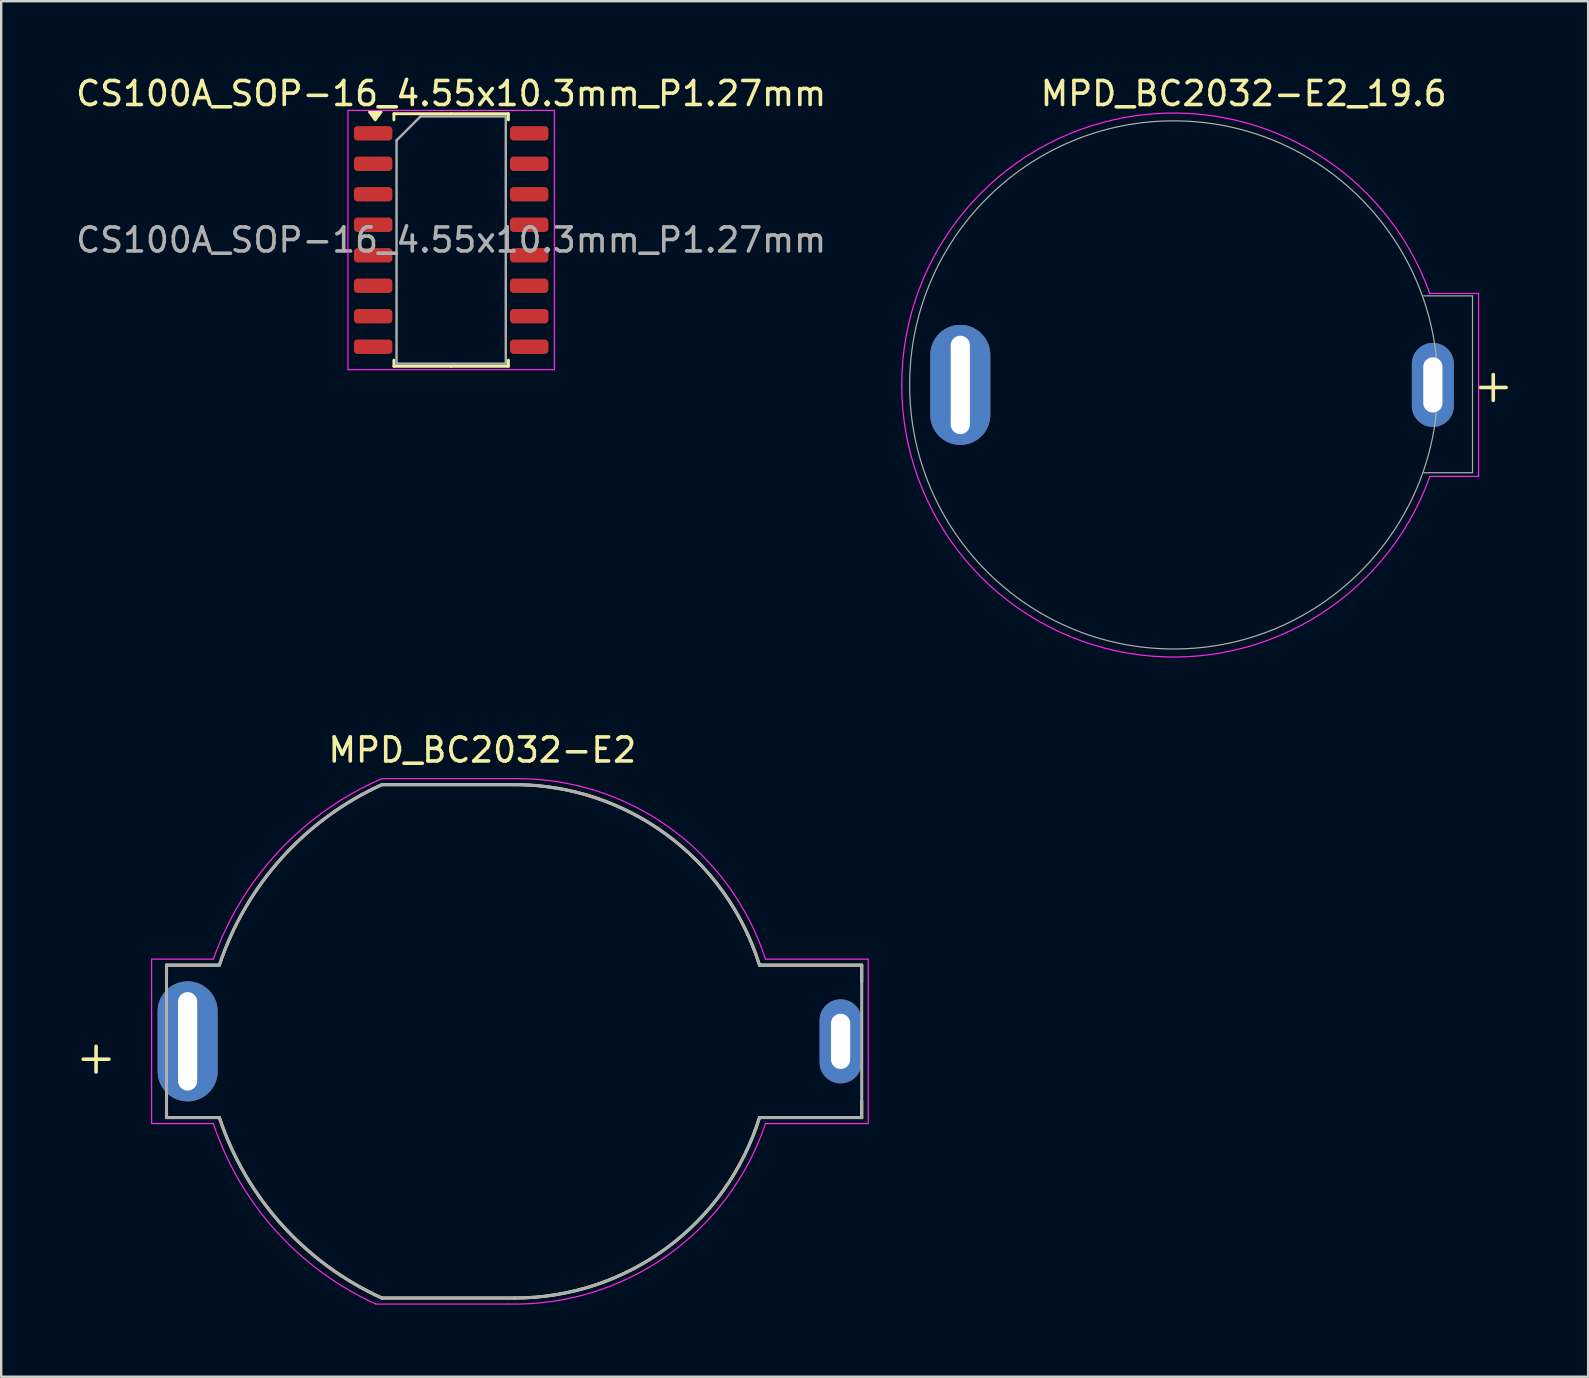
<source format=kicad_pcb>
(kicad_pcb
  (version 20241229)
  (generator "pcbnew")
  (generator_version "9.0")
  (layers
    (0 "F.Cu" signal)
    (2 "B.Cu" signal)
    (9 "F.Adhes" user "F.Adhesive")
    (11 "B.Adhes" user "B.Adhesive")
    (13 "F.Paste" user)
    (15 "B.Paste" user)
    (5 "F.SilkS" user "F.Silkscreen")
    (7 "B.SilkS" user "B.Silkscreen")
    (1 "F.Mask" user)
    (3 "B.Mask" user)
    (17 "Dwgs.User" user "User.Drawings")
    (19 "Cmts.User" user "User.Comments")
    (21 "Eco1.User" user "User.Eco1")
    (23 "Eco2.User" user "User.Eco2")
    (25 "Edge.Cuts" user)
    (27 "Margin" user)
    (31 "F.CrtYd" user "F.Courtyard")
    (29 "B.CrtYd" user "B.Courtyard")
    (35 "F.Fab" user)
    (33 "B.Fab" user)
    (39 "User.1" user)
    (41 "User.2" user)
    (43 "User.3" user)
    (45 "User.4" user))
  (footprint "MPD_BC2032-E2_19.6"
    (layer "F.Cu")
    (at 45.843 12.984)
    (property "Reference" "MPD_BC2032-E2_19.6" (at 2.915 -12.136 0) (layer "F.SilkS") (effects (font (size 1 1) (thickness 0.15))))
    (attr through_hole)
    (fp_line (start 10.668 -3.81) (end 12.7 -3.81) (stroke (width 0.05) (type default)) (layer "F.CrtYd"))
    (fp_line (start 12.7 -3.81) (end 12.7 3.81) (stroke (width 0.05) (type default)) (layer "F.CrtYd"))
    (fp_line (start 12.7 3.81) (end 10.672 3.811) (stroke (width 0.05) (type default)) (layer "F.CrtYd"))
    (fp_arc (start -11.329918 0.005866) (mid -1.936425 -11.157346) (end 10.667999 -3.81) (stroke (width 0.05) (type default)) (layer "F.CrtYd"))
    (fp_arc (start 10.671716 3.811325) (mid -1.930981 11.170021) (end -11.329918 0.005866) (stroke (width 0.05) (type default)) (layer "F.CrtYd"))
    (fp_line (start 10.414 -3.708) (end 12.446 -3.708) (stroke (width 0.05) (type default)) (layer "F.Fab"))
    (fp_line (start 12.446 -3.708) (end 12.446 3.658) (stroke (width 0.05) (type default)) (layer "F.Fab"))
    (fp_line (start 12.446 3.658) (end 10.414 3.658) (stroke (width 0.05) (type default)) (layer "F.Fab"))
    (fp_circle (center 0 0) (end 11 0) (stroke (width 0.05) (type default)) (fill no) (layer "F.Fab"))
    (fp_text user "+" (at 13.311 0 0) (layer "F.SilkS") (effects (font (size 1.401 1.401) (thickness 0.15))))
    (pad "+" thru_hole oval (at 10.795 0) (size 1.75 3.5) (drill oval 0.8 2.3) (layers "*.Cu" "*.Mask"))
    (pad "-" thru_hole oval (at -8.89 0) (size 2.5 5) (drill oval 0.8 4.1) (layers "*.Cu" "*.Mask")))
  (footprint "MPD_BC2032-E2"
    (layer "F.Cu")
    (at 18.366 40.329)
    (property "Reference" "MPD_BC2032-E2" (at -1.325 -12.136 0) (layer "F.SilkS") (effects (font (size 1 1) (thickness 0.15))))
    (attr through_hole)
    (fp_line (start -14.48 -3.175) (end -14.48 -2.806) (stroke (width 0.127) (type solid)) (layer "F.SilkS"))
    (fp_line (start -14.48 2.806) (end -14.48 3.175) (stroke (width 0.127) (type solid)) (layer "F.SilkS"))
    (fp_line (start -14.48 3.175) (end -12.278 3.175) (stroke (width 0.127) (type solid)) (layer "F.SilkS"))
    (fp_line (start -12.278 -3.175) (end -14.48 -3.175) (stroke (width 0.127) (type solid)) (layer "F.SilkS"))
    (fp_line (start -5.507 10.693) (end 0.01 10.693) (stroke (width 0.127) (type solid)) (layer "F.SilkS"))
    (fp_line (start 0.01 -10.693) (end -5.507 -10.693) (stroke (width 0.127) (type solid)) (layer "F.SilkS"))
    (fp_line (start 10.222 3.175) (end 14.48 3.175) (stroke (width 0.127) (type solid)) (layer "F.SilkS"))
    (fp_line (start 14.48 -3.175) (end 10.222 -3.175) (stroke (width 0.127) (type solid)) (layer "F.SilkS"))
    (fp_line (start 14.48 -2.487) (end 14.48 -3.175) (stroke (width 0.127) (type solid)) (layer "F.SilkS"))
    (fp_line (start 14.48 3.175) (end 14.48 2.487) (stroke (width 0.127) (type solid)) (layer "F.SilkS"))
    (fp_arc (start -12.278 -3.175) (mid -9.677741 -7.641197) (end -5.50733 -10.6934) (stroke (width 0.127) (type solid)) (layer "F.SilkS"))
    (fp_arc (start -5.50733 10.6934) (mid -9.677741 7.641198) (end -12.278 3.175) (stroke (width 0.127) (type solid)) (layer "F.SilkS"))
    (fp_arc (start 0.010472 -10.6934) (mid 6.350736 -8.611058) (end 10.2217 -3.175) (stroke (width 0.127) (type solid)) (layer "F.SilkS"))
    (fp_arc (start 10.2217 3.175) (mid 6.350736 8.611059) (end 0.010472 10.693401) (stroke (width 0.127) (type solid)) (layer "F.SilkS"))
    (fp_line (start -15.1 -3.425) (end -15.1 3.425) (stroke (width 0.05) (type solid)) (layer "F.CrtYd"))
    (fp_line (start -15.1 3.425) (end -12.528 3.425) (stroke (width 0.05) (type solid)) (layer "F.CrtYd"))
    (fp_line (start -12.528 -3.425) (end -15.1 -3.425) (stroke (width 0.05) (type solid)) (layer "F.CrtYd"))
    (fp_line (start -5.757 10.943) (end -0.24 10.943) (stroke (width 0.05) (type solid)) (layer "F.CrtYd"))
    (fp_line (start 0.01 -10.943) (end -5.507 -10.943) (stroke (width 0.05) (type solid)) (layer "F.CrtYd"))
    (fp_line (start 10.472 3.425) (end 14.75 3.425) (stroke (width 0.05) (type solid)) (layer "F.CrtYd"))
    (fp_line (start 14.75 -3.425) (end 10.472 -3.425) (stroke (width 0.05) (type solid)) (layer "F.CrtYd"))
    (fp_line (start 14.75 3.425) (end 14.75 -3.425) (stroke (width 0.05) (type solid)) (layer "F.CrtYd"))
    (fp_arc (start -12.528 -3.425) (mid -9.802741 -7.917303) (end -5.50733 -10.9434) (stroke (width 0.05) (type solid)) (layer "F.CrtYd"))
    (fp_arc (start -5.75733 10.9434) (mid -9.927741 7.891198) (end -12.528 3.425) (stroke (width 0.05) (type solid)) (layer "F.CrtYd"))
    (fp_arc (start 0.010472 -10.9434) (mid 6.475736 -8.902112) (end 10.4717 -3.425) (stroke (width 0.05) (type solid)) (layer "F.CrtYd"))
    (fp_arc (start 10.4717 3.425) (mid 6.350735 8.943167) (end -0.239529 10.9434) (stroke (width 0.05) (type solid)) (layer "F.CrtYd"))
    (fp_line (start -14.48 -3.175) (end -14.48 3.175) (stroke (width 0.127) (type solid)) (layer "F.Fab"))
    (fp_line (start -14.48 3.175) (end -12.278 3.175) (stroke (width 0.127) (type solid)) (layer "F.Fab"))
    (fp_line (start -12.278 -3.175) (end -14.48 -3.175) (stroke (width 0.127) (type solid)) (layer "F.Fab"))
    (fp_line (start -5.507 10.693) (end 0.01 10.693) (stroke (width 0.127) (type solid)) (layer "F.Fab"))
    (fp_line (start 0.01 -10.693) (end -5.507 -10.693) (stroke (width 0.127) (type solid)) (layer "F.Fab"))
    (fp_line (start 10.222 3.175) (end 14.48 3.175) (stroke (width 0.127) (type solid)) (layer "F.Fab"))
    (fp_line (start 14.48 -3.175) (end 10.222 -3.175) (stroke (width 0.127) (type solid)) (layer "F.Fab"))
    (fp_line (start 14.48 3.175) (end 14.48 -3.175) (stroke (width 0.127) (type solid)) (layer "F.Fab"))
    (fp_arc (start -12.278 -3.175) (mid -9.677741 -7.641197) (end -5.50733 -10.6934) (stroke (width 0.127) (type solid)) (layer "F.Fab"))
    (fp_arc (start -5.50733 10.6934) (mid -9.677741 7.641198) (end -12.278 3.175) (stroke (width 0.127) (type solid)) (layer "F.Fab"))
    (fp_arc (start 0.010472 -10.6934) (mid 6.350736 -8.611058) (end 10.2217 -3.175) (stroke (width 0.127) (type solid)) (layer "F.Fab"))
    (fp_arc (start 10.2217 3.175) (mid 6.350736 8.611059) (end 0.010472 10.693401) (stroke (width 0.127) (type solid)) (layer "F.Fab"))
    (fp_text user "+" (at -17.414 0.636 0) (layer "F.SilkS") (effects (font (size 1.401 1.401) (thickness 0.15))))
    (pad "+" thru_hole oval (at -13.6 0) (size 2.5 5) (drill oval 0.8 4.1) (layers "*.Cu" "*.Mask"))
    (pad "-" thru_hole oval (at 13.6 0) (size 1.75 3.5) (drill oval 0.8 2.3) (layers "*.Cu" "*.Mask")))
  (footprint "CS100A_SOP-16_4.55x10.3mm_P1.27mm"
    (layer "F.Cu")
    (at 15.744 6.948)
    (property "Reference" "CS100A_SOP-16_4.55x10.3mm_P1.27mm" (at 0 -6.1 0) (layer "F.SilkS") (effects (font (size 1 1) (thickness 0.15))))
    (attr smd)
    (fp_line (start -2.385 -5.26) (end -2.385 -5.005) (stroke (width 0.12) (type solid)) (layer "F.SilkS"))
    (fp_line (start -2.385 5.26) (end -2.385 5.005) (stroke (width 0.12) (type solid)) (layer "F.SilkS"))
    (fp_line (start 0 -5.26) (end -2.385 -5.26) (stroke (width 0.12) (type solid)) (layer "F.SilkS"))
    (fp_line (start 0 -5.26) (end 2.385 -5.26) (stroke (width 0.12) (type solid)) (layer "F.SilkS"))
    (fp_line (start 0 5.26) (end -2.385 5.26) (stroke (width 0.12) (type solid)) (layer "F.SilkS"))
    (fp_line (start 0 5.26) (end 2.385 5.26) (stroke (width 0.12) (type solid)) (layer "F.SilkS"))
    (fp_line (start 2.385 -5.26) (end 2.385 -5.005) (stroke (width 0.12) (type solid)) (layer "F.SilkS"))
    (fp_line (start 2.385 5.26) (end 2.385 5.005) (stroke (width 0.12) (type solid)) (layer "F.SilkS"))
    (fp_poly (pts (xy -3.163 -5.005) (xy -3.402 -5.335) (xy -2.922 -5.335) (xy -3.163 -5.005)) (stroke (width 0.12) (type solid)) (fill yes) (layer "F.SilkS"))
    (fp_line (start -4.3 -5.4) (end -4.3 5.4) (stroke (width 0.05) (type solid)) (layer "F.CrtYd"))
    (fp_line (start -4.3 5.4) (end 4.3 5.4) (stroke (width 0.05) (type solid)) (layer "F.CrtYd"))
    (fp_line (start 4.3 -5.4) (end -4.3 -5.4) (stroke (width 0.05) (type solid)) (layer "F.CrtYd"))
    (fp_line (start 4.3 5.4) (end 4.3 -5.4) (stroke (width 0.05) (type solid)) (layer "F.CrtYd"))
    (fp_line (start -2.275 -4.15) (end -1.275 -5.15) (stroke (width 0.1) (type solid)) (layer "F.Fab"))
    (fp_line (start -2.275 5.15) (end -2.275 -4.15) (stroke (width 0.1) (type solid)) (layer "F.Fab"))
    (fp_line (start -1.275 -5.15) (end 2.275 -5.15) (stroke (width 0.1) (type solid)) (layer "F.Fab"))
    (fp_line (start 2.275 -5.15) (end 2.275 5.15) (stroke (width 0.1) (type solid)) (layer "F.Fab"))
    (fp_line (start 2.275 5.15) (end -2.275 5.15) (stroke (width 0.1) (type solid)) (layer "F.Fab"))
    (fp_text user "${REFERENCE}" (at 0 0 0) (layer "F.Fab") (effects (font (size 1 1) (thickness 0.15))))
    (pad "1" smd roundrect (at -3.25 -4.445) (size 1.6 0.6) (layers "F.Cu" "F.Mask" "F.Paste") (roundrect_rratio 0.25))
    (pad "2" smd roundrect (at -3.25 -3.175) (size 1.6 0.6) (layers "F.Cu" "F.Mask" "F.Paste") (roundrect_rratio 0.25))
    (pad "3" smd roundrect (at -3.25 -1.905) (size 1.6 0.6) (layers "F.Cu" "F.Mask" "F.Paste") (roundrect_rratio 0.25))
    (pad "4" smd roundrect (at -3.25 -0.635) (size 1.6 0.6) (layers "F.Cu" "F.Mask" "F.Paste") (roundrect_rratio 0.25))
    (pad "5" smd roundrect (at -3.25 0.635) (size 1.6 0.6) (layers "F.Cu" "F.Mask" "F.Paste") (roundrect_rratio 0.25))
    (pad "6" smd roundrect (at -3.25 1.905) (size 1.6 0.6) (layers "F.Cu" "F.Mask" "F.Paste") (roundrect_rratio 0.25))
    (pad "7" smd roundrect (at -3.25 3.175) (size 1.6 0.6) (layers "F.Cu" "F.Mask" "F.Paste") (roundrect_rratio 0.25))
    (pad "8" smd roundrect (at -3.25 4.445) (size 1.6 0.6) (layers "F.Cu" "F.Mask" "F.Paste") (roundrect_rratio 0.25))
    (pad "9" smd roundrect (at 3.25 4.445) (size 1.6 0.6) (layers "F.Cu" "F.Mask" "F.Paste") (roundrect_rratio 0.25))
    (pad "10" smd roundrect (at 3.25 3.175) (size 1.6 0.6) (layers "F.Cu" "F.Mask" "F.Paste") (roundrect_rratio 0.25))
    (pad "11" smd roundrect (at 3.25 1.905) (size 1.6 0.6) (layers "F.Cu" "F.Mask" "F.Paste") (roundrect_rratio 0.25))
    (pad "12" smd roundrect (at 3.25 0.635) (size 1.6 0.6) (layers "F.Cu" "F.Mask" "F.Paste") (roundrect_rratio 0.25))
    (pad "13" smd roundrect (at 3.25 -0.635) (size 1.6 0.6) (layers "F.Cu" "F.Mask" "F.Paste") (roundrect_rratio 0.25))
    (pad "14" smd roundrect (at 3.25 -1.905) (size 1.6 0.6) (layers "F.Cu" "F.Mask" "F.Paste") (roundrect_rratio 0.25))
    (pad "15" smd roundrect (at 3.25 -3.175) (size 1.6 0.6) (layers "F.Cu" "F.Mask" "F.Paste") (roundrect_rratio 0.25))
    (pad "16" smd roundrect (at 3.25 -4.445) (size 1.6 0.6) (layers "F.Cu" "F.Mask" "F.Paste") (roundrect_rratio 0.25)))
  (gr_rect
    (start -3 -3)
    (end 63.107 54.3)
    (stroke (width 0.1) (type default))
    (fill no)
    (layer "Edge.Cuts")))
</source>
